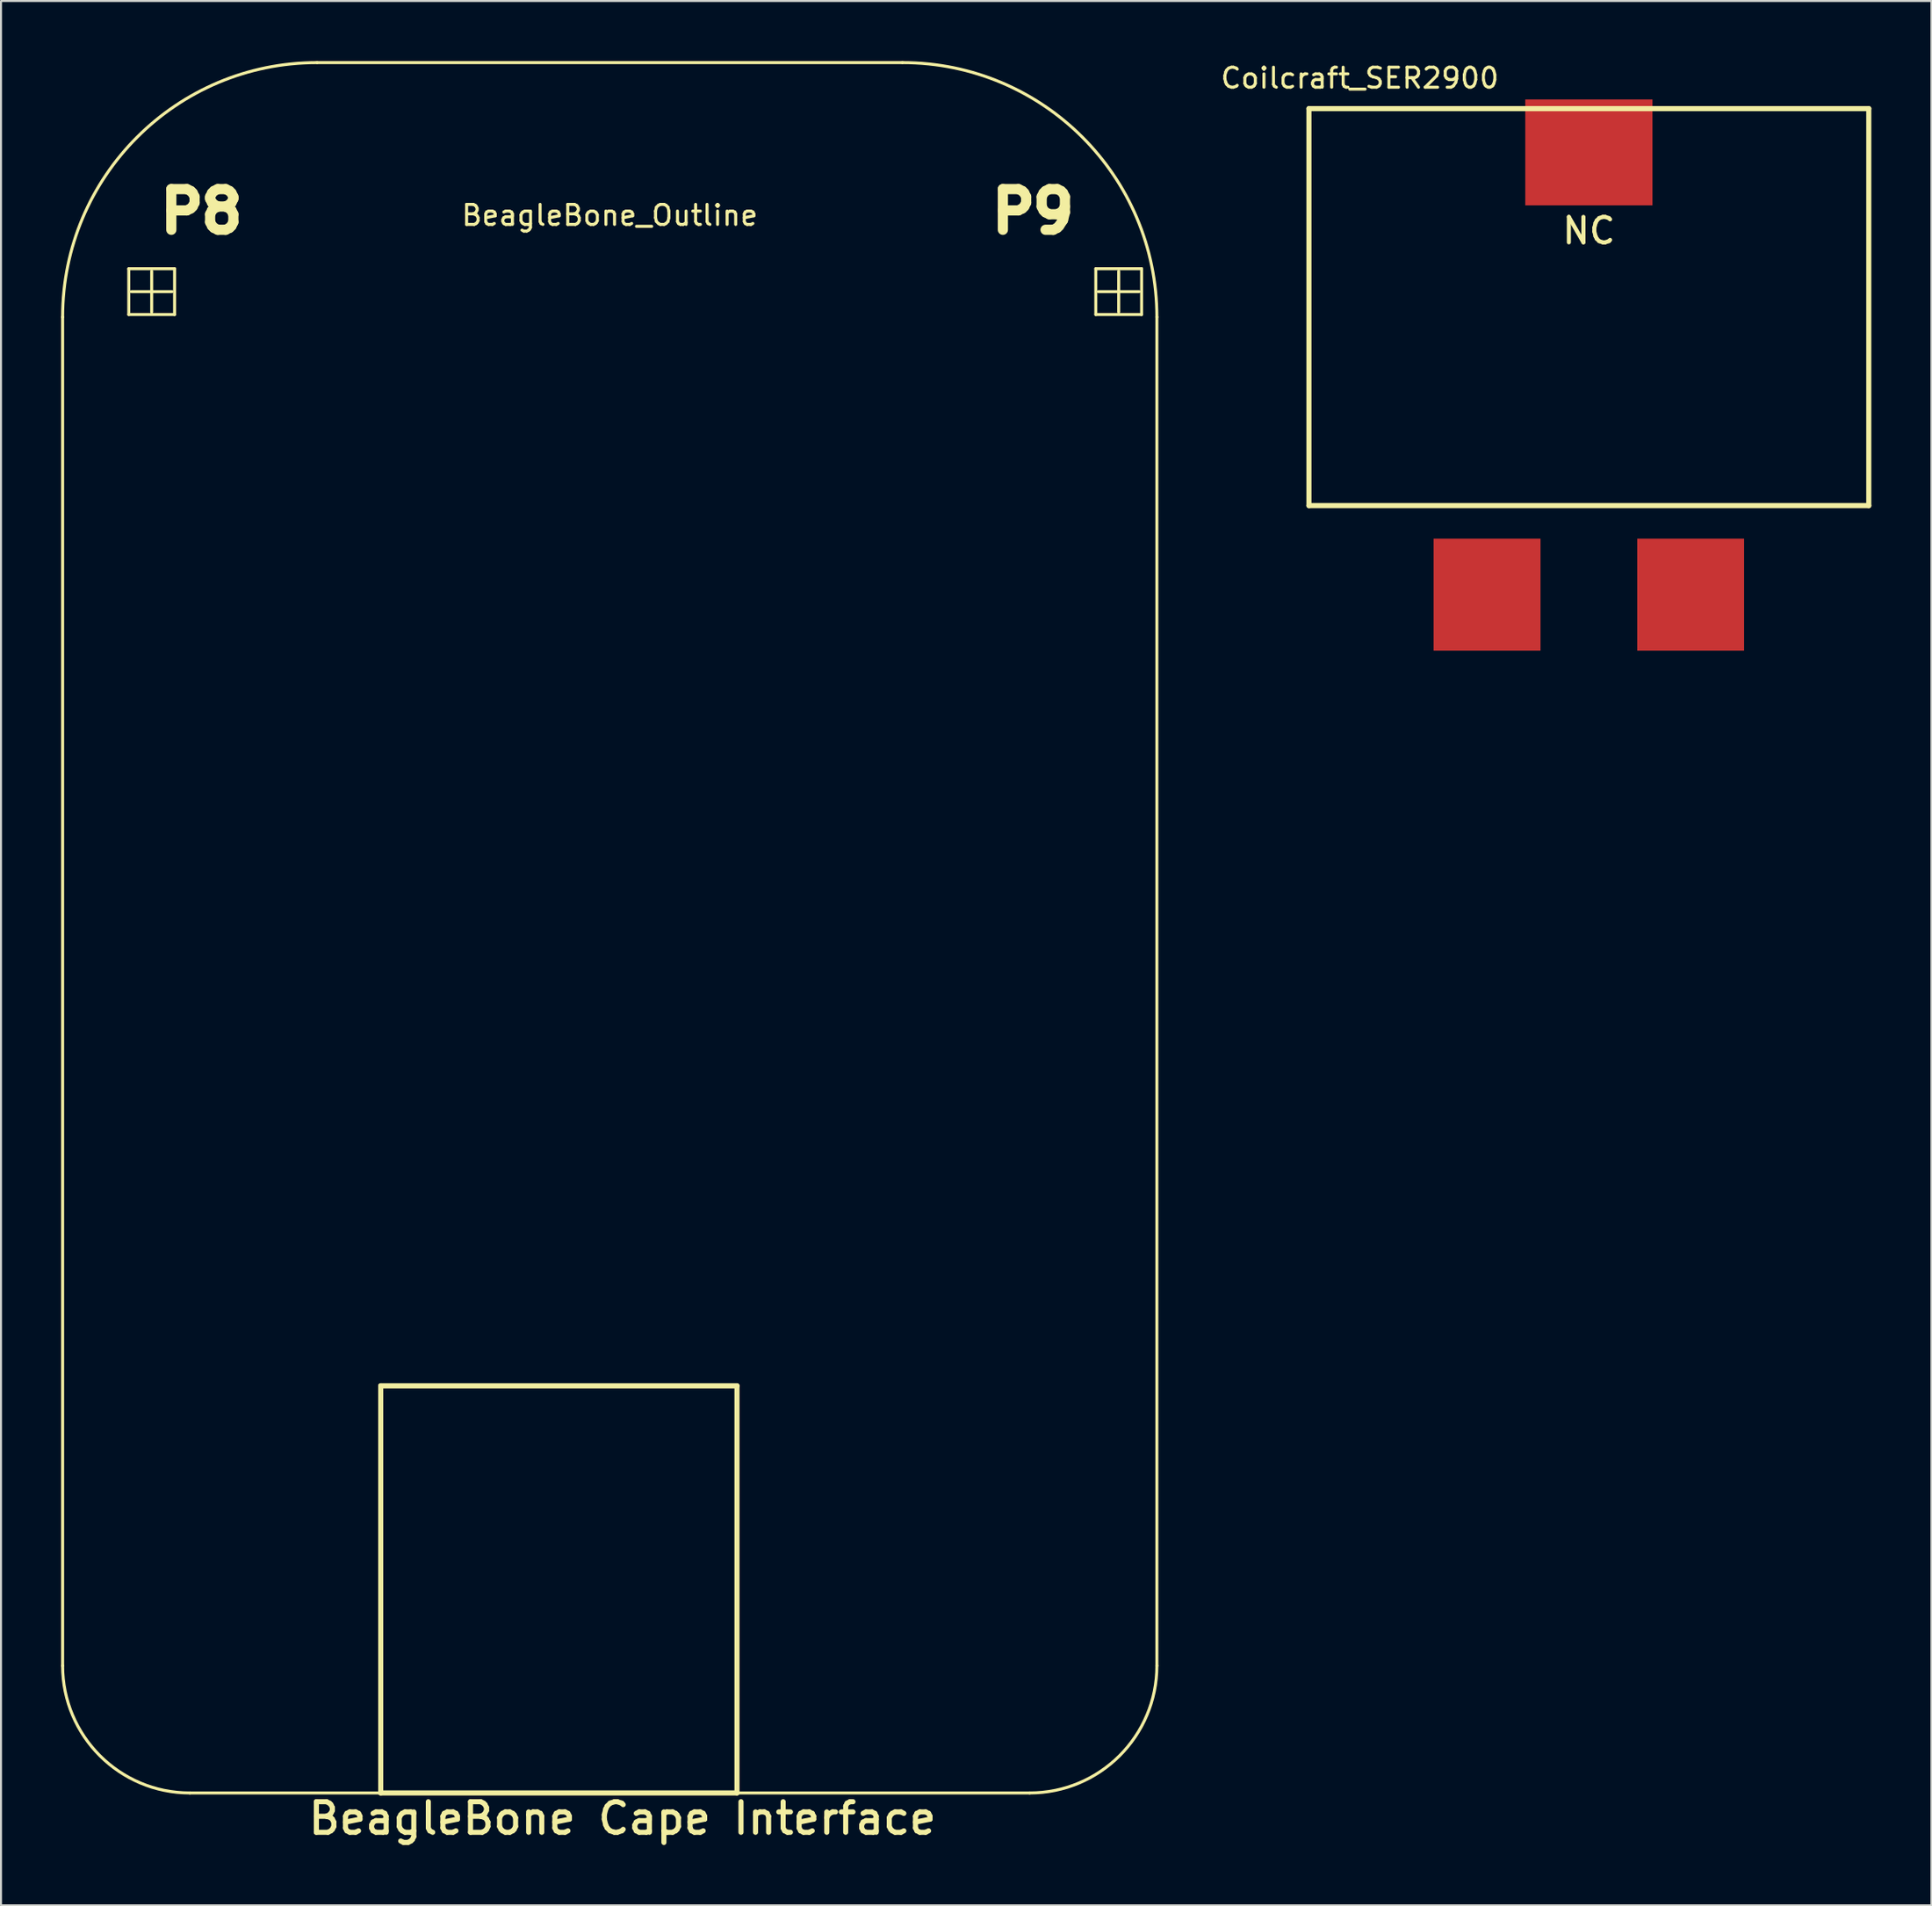
<source format=kicad_pcb>
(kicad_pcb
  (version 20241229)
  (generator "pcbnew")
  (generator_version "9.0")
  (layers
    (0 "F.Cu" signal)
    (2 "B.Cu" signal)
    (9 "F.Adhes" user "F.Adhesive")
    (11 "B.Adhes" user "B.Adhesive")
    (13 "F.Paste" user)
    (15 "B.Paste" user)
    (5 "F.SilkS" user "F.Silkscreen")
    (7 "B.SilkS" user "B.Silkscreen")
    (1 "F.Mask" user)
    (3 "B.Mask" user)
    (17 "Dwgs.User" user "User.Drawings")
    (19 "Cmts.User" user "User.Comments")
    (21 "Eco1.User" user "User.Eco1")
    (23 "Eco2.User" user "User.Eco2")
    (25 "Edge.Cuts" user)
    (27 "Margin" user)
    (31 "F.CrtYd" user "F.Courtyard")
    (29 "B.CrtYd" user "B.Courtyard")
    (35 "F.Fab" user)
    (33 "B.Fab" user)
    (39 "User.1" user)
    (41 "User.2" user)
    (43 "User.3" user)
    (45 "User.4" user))
  (footprint "BeagleBone_Outline"
    (layer "F.Cu")
    (at 3.25 11.505)
    (property "Reference" "BeagleBone_Outline" (at 24.13 -3.81 0) (layer "F.SilkS") (effects (font (size 1 1) (thickness 0.15))))
    (attr through_hole)
    (fp_line (start -3.175 68.58) (end -3.175 1.27) (stroke (width 0.15) (type solid)) (layer "F.SilkS"))
    (fp_line (start 0.127 -1.143) (end 2.413 -1.143) (stroke (width 0.15) (type solid)) (layer "F.SilkS"))
    (fp_line (start 0.127 1.143) (end 0.127 -1.143) (stroke (width 0.15) (type solid)) (layer "F.SilkS"))
    (fp_line (start 0.254 0) (end 2.286 0) (stroke (width 0.15) (type solid)) (layer "F.SilkS"))
    (fp_line (start 1.27 -1.016) (end 1.27 1.016) (stroke (width 0.15) (type solid)) (layer "F.SilkS"))
    (fp_line (start 2.413 -1.143) (end 2.413 1.143) (stroke (width 0.15) (type solid)) (layer "F.SilkS"))
    (fp_line (start 2.413 1.143) (end 0.127 1.143) (stroke (width 0.15) (type solid)) (layer "F.SilkS"))
    (fp_line (start 9.525 -11.43) (end 38.735 -11.43) (stroke (width 0.15) (type solid)) (layer "F.SilkS"))
    (fp_line (start 12.7 54.61) (end 30.48 54.61) (stroke (width 0.254) (type solid)) (layer "F.SilkS"))
    (fp_line (start 12.7 74.93) (end 12.7 54.61) (stroke (width 0.254) (type solid)) (layer "F.SilkS"))
    (fp_line (start 30.48 54.61) (end 30.48 74.93) (stroke (width 0.254) (type solid)) (layer "F.SilkS"))
    (fp_line (start 30.48 74.93) (end 12.7 74.93) (stroke (width 0.254) (type solid)) (layer "F.SilkS"))
    (fp_line (start 45.085 74.93) (end 3.175 74.93) (stroke (width 0.15) (type solid)) (layer "F.SilkS"))
    (fp_line (start 48.387 -1.143) (end 50.673 -1.143) (stroke (width 0.15) (type solid)) (layer "F.SilkS"))
    (fp_line (start 48.387 1.143) (end 48.387 -1.143) (stroke (width 0.15) (type solid)) (layer "F.SilkS"))
    (fp_line (start 48.514 0) (end 50.546 0) (stroke (width 0.15) (type solid)) (layer "F.SilkS"))
    (fp_line (start 49.53 -1.016) (end 49.53 1.016) (stroke (width 0.15) (type solid)) (layer "F.SilkS"))
    (fp_line (start 50.673 -1.143) (end 50.673 1.143) (stroke (width 0.15) (type solid)) (layer "F.SilkS"))
    (fp_line (start 50.673 1.143) (end 48.387 1.143) (stroke (width 0.15) (type solid)) (layer "F.SilkS"))
    (fp_line (start 51.435 1.27) (end 51.435 68.58) (stroke (width 0.15) (type solid)) (layer "F.SilkS"))
    (fp_arc (start -3.175 1.27) (mid 0.544744 -7.710256) (end 9.525 -11.43) (stroke (width 0.15) (type solid)) (layer "F.SilkS"))
    (fp_arc (start 3.175 74.93) (mid -1.315128 73.070128) (end -3.175 68.58) (stroke (width 0.15) (type solid)) (layer "F.SilkS"))
    (fp_arc (start 38.735 -11.43) (mid 47.715256 -7.710256) (end 51.435 1.27) (stroke (width 0.15) (type solid)) (layer "F.SilkS"))
    (fp_arc (start 51.435 68.58) (mid 49.575128 73.070128) (end 45.085 74.93) (stroke (width 0.15) (type solid)) (layer "F.SilkS"))
    (fp_text user "BeagleBone Cape Interface" (at 24.765 76.2 0) (layer "F.SilkS") (effects (font (size 1.524 1.524) (thickness 0.254))))
    (fp_text user "P8" (at 3.75 -4 0) (layer "F.SilkS") (effects (font (size 2.032 2.032) (thickness 0.508))))
    (fp_text user "P9" (at 45.25 -4 0) (layer "F.SilkS") (effects (font (size 2.032 2.032) (thickness 0.508)))))
  (footprint "Coilcraft_SER2900"
    (layer "F.Cu")
    (at 76.244 12.278)
    (property "Reference" "Coilcraft_SER2900" (at -11.43 -11.43 0) (layer "F.SilkS") (effects (font (size 1 1) (thickness 0.15))))
    (attr through_hole)
    (fp_line (start -13.97 -9.906) (end 13.97 -9.906) (stroke (width 0.254) (type solid)) (layer "F.SilkS"))
    (fp_line (start -13.97 9.906) (end -13.97 -9.906) (stroke (width 0.254) (type solid)) (layer "F.SilkS"))
    (fp_line (start 13.97 -9.906) (end 13.97 9.906) (stroke (width 0.254) (type solid)) (layer "F.SilkS"))
    (fp_line (start 13.97 9.906) (end -13.97 9.906) (stroke (width 0.254) (type solid)) (layer "F.SilkS"))
    (fp_text user "NC" (at 0 -3.81 0) (layer "F.SilkS") (effects (font (size 1.27 1.27) (thickness 0.203))))
    (pad "1" smd rect (at -5.08 14.351) (size 5.334 5.588) (layers "F.Cu" "F.Mask" "F.Paste"))
    (pad "2" smd rect (at 5.08 14.351) (size 5.334 5.588) (layers "F.Cu" "F.Mask" "F.Paste"))
    (pad "3" smd rect (at 0 -7.722) (size 6.35 5.283) (layers "F.Cu" "F.Mask" "F.Paste")))
  (gr_rect
    (start -3 -3)
    (end 93.341 92.042)
    (stroke (width 0.1) (type default))
    (fill no)
    (layer "Edge.Cuts")))
</source>
